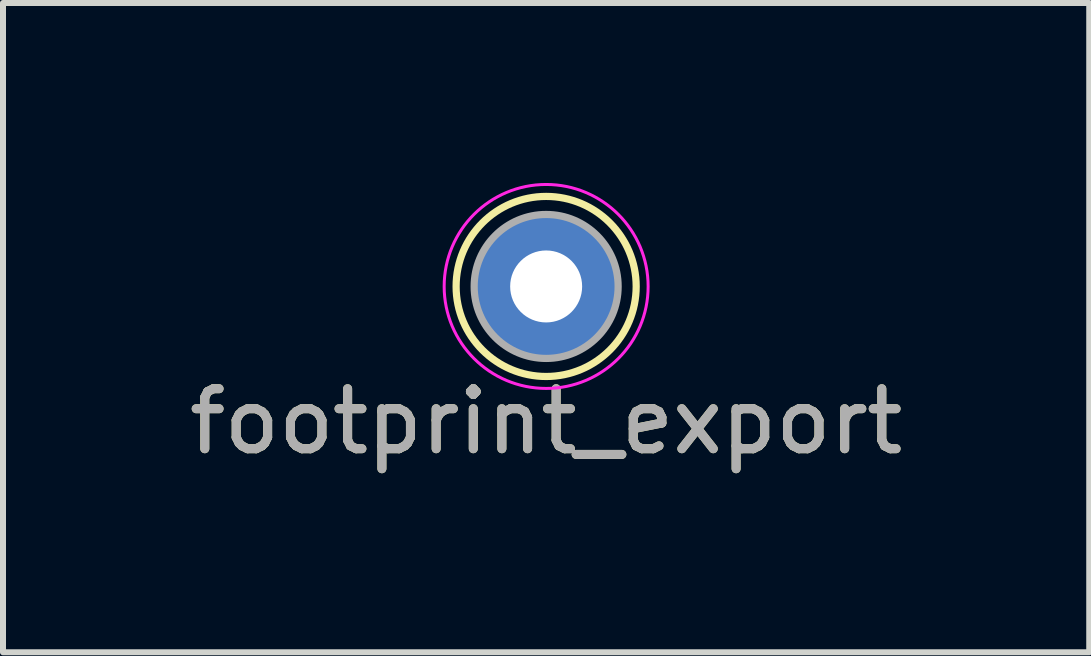
<source format=kicad_pcb>
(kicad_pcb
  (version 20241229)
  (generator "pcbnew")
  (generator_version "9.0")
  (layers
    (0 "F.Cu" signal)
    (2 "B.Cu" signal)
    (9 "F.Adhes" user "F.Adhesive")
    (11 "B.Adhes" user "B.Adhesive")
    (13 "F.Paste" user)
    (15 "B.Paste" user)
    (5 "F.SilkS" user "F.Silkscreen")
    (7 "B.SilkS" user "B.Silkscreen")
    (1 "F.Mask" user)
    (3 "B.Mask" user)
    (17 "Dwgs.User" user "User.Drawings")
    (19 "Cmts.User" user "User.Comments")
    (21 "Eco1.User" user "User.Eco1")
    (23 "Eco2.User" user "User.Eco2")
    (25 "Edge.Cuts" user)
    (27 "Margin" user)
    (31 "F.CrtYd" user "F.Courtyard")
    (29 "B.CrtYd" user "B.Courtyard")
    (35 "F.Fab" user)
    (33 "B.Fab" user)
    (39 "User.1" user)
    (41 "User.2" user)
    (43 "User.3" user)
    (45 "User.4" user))
  (footprint "footprint_export"
    (layer "F.Cu")
    (at 6.054 1.725)
    (property "Reference" "footprint_export" (at 0 2.25 0) (layer "F.SilkS") (effects (font (size 1 1) (thickness 0.15))))
    (attr through_hole)
    (fp_circle (center 0 0) (end 1.5 0.05) (stroke (width 0.12) (type solid)) (fill no) (layer "F.SilkS"))
    (fp_circle (center 0 0) (end 1.7 0) (stroke (width 0.05) (type solid)) (fill no) (layer "F.CrtYd"))
    (fp_circle (center 0 0) (end 0.5 0) (stroke (width 0.12) (type solid)) (fill no) (layer "F.Fab"))
    (fp_circle (center 0 0) (end 1.2 0) (stroke (width 0.12) (type solid)) (fill no) (layer "F.Fab"))
    (fp_text user "${REFERENCE}" (at 0 2.25 0) (layer "F.Fab") (effects (font (size 1 1) (thickness 0.15))))
    (pad "1" thru_hole circle (at 0 0) (size 2.4 2.4) (drill 1.2) (layers "*.Cu" "*.Mask")))
  (gr_rect
    (start -3 -3)
    (end 15.107 7.823)
    (stroke (width 0.1) (type default))
    (fill no)
    (layer "Edge.Cuts")))
</source>
